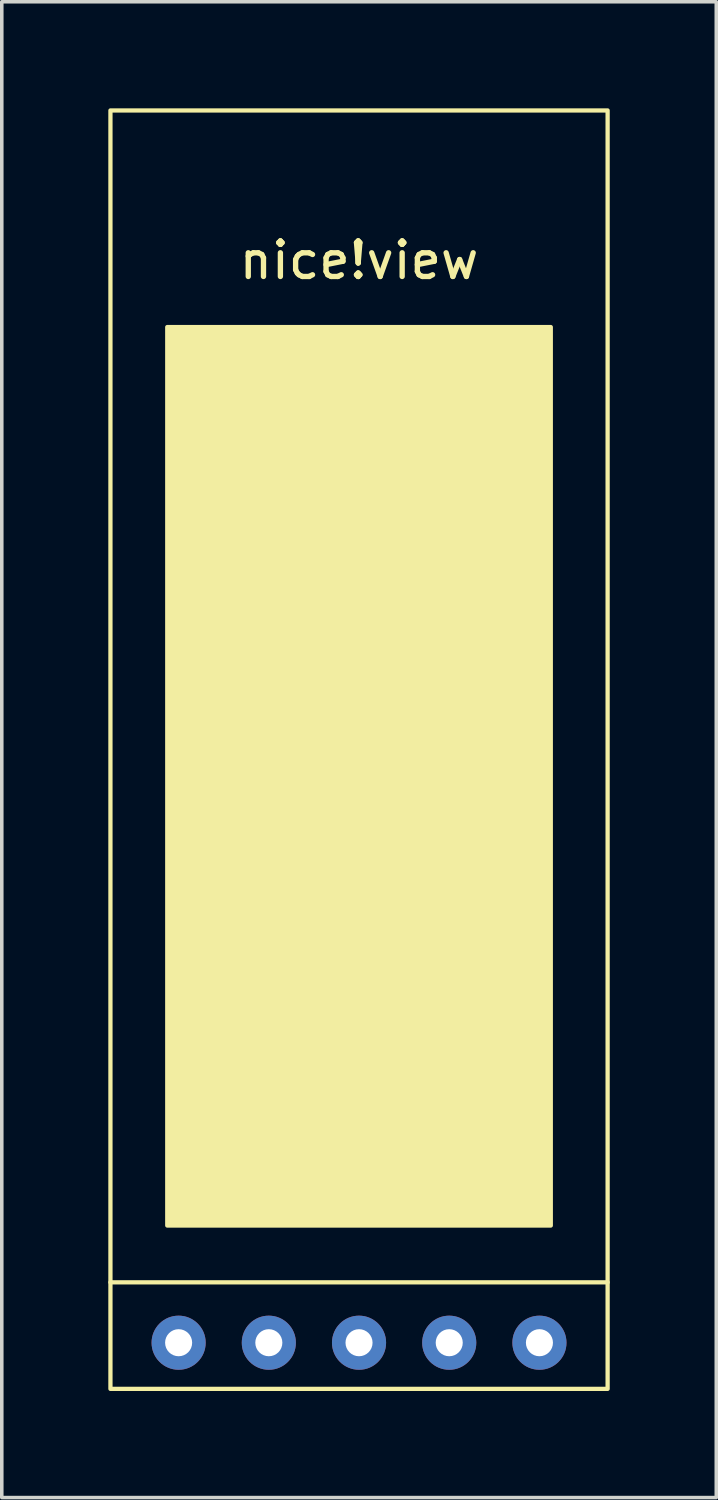
<source format=kicad_pcb>
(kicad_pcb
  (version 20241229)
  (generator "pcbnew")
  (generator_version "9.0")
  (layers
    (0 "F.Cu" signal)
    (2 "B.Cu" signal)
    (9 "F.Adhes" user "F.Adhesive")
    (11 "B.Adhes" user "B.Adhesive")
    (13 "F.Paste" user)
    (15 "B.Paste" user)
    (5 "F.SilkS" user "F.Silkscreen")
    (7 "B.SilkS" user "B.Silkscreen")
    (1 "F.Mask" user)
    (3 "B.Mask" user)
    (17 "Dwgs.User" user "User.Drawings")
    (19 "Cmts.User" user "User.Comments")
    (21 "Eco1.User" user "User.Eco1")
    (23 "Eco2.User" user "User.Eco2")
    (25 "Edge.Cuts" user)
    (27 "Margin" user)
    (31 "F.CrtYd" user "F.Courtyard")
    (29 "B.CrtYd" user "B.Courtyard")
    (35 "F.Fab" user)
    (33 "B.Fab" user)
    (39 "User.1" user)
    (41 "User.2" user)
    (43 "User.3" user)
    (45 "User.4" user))
  (footprint "nice!view"
    (layer "F.Cu")
    (at 7.06 34.76)
    (property "Reference" "nice!view" (at 0 -30.48 0) (unlocked yes) (layer "F.SilkS") (effects (font (size 1 1) (thickness 0.15))))
    (attr through_hole)
    (fp_line (start -7 -1.7) (end 7 -1.7) (stroke (width 0.12) (type solid)) (layer "F.SilkS"))
    (fp_rect (start -7 1.3) (end 7 -34.7) (stroke (width 0.12) (type solid)) (fill no) (layer "F.SilkS"))
    (fp_rect (start -5.4 -28.6) (end 5.4 -3.3) (stroke (width 0.12) (type solid)) (fill yes) (layer "F.SilkS"))
    (pad "1" thru_hole circle (at -5.08 0) (size 1.524 1.524) (drill 0.762) (layers "*.Cu" "*.Mask"))
    (pad "2" thru_hole circle (at -2.54 0) (size 1.524 1.524) (drill 0.762) (layers "*.Cu" "*.Mask"))
    (pad "3" thru_hole circle (at 0 0) (size 1.524 1.524) (drill 0.762) (layers "*.Cu" "*.Mask"))
    (pad "4" thru_hole circle (at 2.54 0) (size 1.524 1.524) (drill 0.762) (layers "*.Cu" "*.Mask"))
    (pad "5" thru_hole circle (at 5.08 0) (size 1.524 1.524) (drill 0.762) (layers "*.Cu" "*.Mask")))
  (gr_rect
    (start -3 -3)
    (end 17.12 39.12)
    (stroke (width 0.1) (type default))
    (fill no)
    (layer "Edge.Cuts")))
</source>
